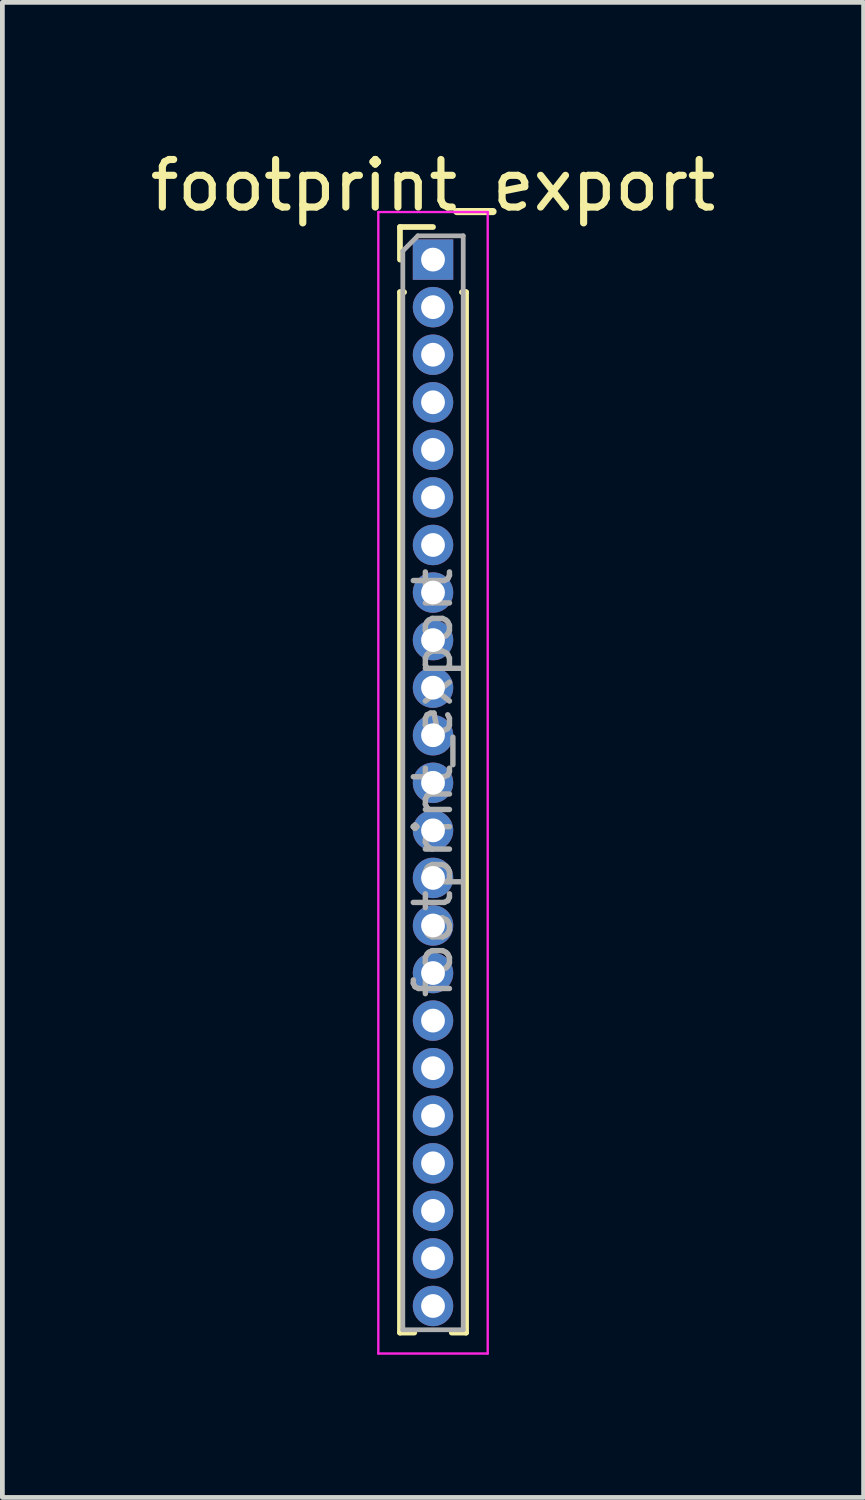
<source format=kicad_pcb>
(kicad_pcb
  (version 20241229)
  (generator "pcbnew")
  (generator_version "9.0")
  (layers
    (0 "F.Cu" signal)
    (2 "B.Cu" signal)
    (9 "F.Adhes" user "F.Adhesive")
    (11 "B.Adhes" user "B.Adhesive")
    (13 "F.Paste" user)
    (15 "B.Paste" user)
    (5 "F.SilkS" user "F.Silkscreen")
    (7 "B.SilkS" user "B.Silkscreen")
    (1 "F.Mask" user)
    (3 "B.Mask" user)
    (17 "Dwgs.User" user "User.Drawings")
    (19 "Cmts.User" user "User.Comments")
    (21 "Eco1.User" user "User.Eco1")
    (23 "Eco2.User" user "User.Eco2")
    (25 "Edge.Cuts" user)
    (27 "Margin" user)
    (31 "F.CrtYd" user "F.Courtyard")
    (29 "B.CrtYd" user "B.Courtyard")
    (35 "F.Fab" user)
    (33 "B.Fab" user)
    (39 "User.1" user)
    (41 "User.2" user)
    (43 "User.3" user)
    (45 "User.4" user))
  (footprint "footprint_export"
    (layer "F.Cu")
    (at 6.054 2.408)
    (property "Reference" "footprint_export" (at 0 -1.56 0) (layer "F.SilkS") (effects (font (size 1 1) (thickness 0.15))))
    (attr through_hole)
    (fp_line (start -0.695 -0.685) (end 0 -0.685) (stroke (width 0.12) (type solid)) (layer "F.SilkS"))
    (fp_line (start -0.695 0) (end -0.695 -0.685) (stroke (width 0.12) (type solid)) (layer "F.SilkS"))
    (fp_line (start -0.695 0.685) (end -0.695 22.56) (stroke (width 0.12) (type solid)) (layer "F.SilkS"))
    (fp_line (start -0.695 0.685) (end -0.608 0.685) (stroke (width 0.12) (type solid)) (layer "F.SilkS"))
    (fp_line (start -0.695 22.56) (end -0.394 22.56) (stroke (width 0.12) (type solid)) (layer "F.SilkS"))
    (fp_line (start 0.394 22.56) (end 0.695 22.56) (stroke (width 0.12) (type solid)) (layer "F.SilkS"))
    (fp_line (start 0.608 0.685) (end 0.695 0.685) (stroke (width 0.12) (type solid)) (layer "F.SilkS"))
    (fp_line (start 0.695 0.685) (end 0.695 22.56) (stroke (width 0.12) (type solid)) (layer "F.SilkS"))
    (fp_line (start -1.15 -1) (end -1.15 23) (stroke (width 0.05) (type solid)) (layer "F.CrtYd"))
    (fp_line (start -1.15 23) (end 1.15 23) (stroke (width 0.05) (type solid)) (layer "F.CrtYd"))
    (fp_line (start 1.15 -1) (end -1.15 -1) (stroke (width 0.05) (type solid)) (layer "F.CrtYd"))
    (fp_line (start 1.15 23) (end 1.15 -1) (stroke (width 0.05) (type solid)) (layer "F.CrtYd"))
    (fp_line (start -0.635 -0.182) (end -0.318 -0.5) (stroke (width 0.1) (type solid)) (layer "F.Fab"))
    (fp_line (start -0.635 22.5) (end -0.635 -0.182) (stroke (width 0.1) (type solid)) (layer "F.Fab"))
    (fp_line (start -0.318 -0.5) (end 0.635 -0.5) (stroke (width 0.1) (type solid)) (layer "F.Fab"))
    (fp_line (start 0.635 -0.5) (end 0.635 22.5) (stroke (width 0.1) (type solid)) (layer "F.Fab"))
    (fp_line (start 0.635 22.5) (end -0.635 22.5) (stroke (width 0.1) (type solid)) (layer "F.Fab"))
    (fp_text user "${REFERENCE}" (at 0 11 90) (layer "F.Fab") (effects (font (size 0.76 0.76) (thickness 0.114))))
    (pad "1" thru_hole rect (at 0 0) (size 0.85 0.85) (drill 0.5) (layers "*.Cu" "*.Mask"))
    (pad "2" thru_hole oval (at 0 1) (size 0.85 0.85) (drill 0.5) (layers "*.Cu" "*.Mask"))
    (pad "3" thru_hole oval (at 0 2) (size 0.85 0.85) (drill 0.5) (layers "*.Cu" "*.Mask"))
    (pad "4" thru_hole oval (at 0 3) (size 0.85 0.85) (drill 0.5) (layers "*.Cu" "*.Mask"))
    (pad "5" thru_hole oval (at 0 4) (size 0.85 0.85) (drill 0.5) (layers "*.Cu" "*.Mask"))
    (pad "6" thru_hole oval (at 0 5) (size 0.85 0.85) (drill 0.5) (layers "*.Cu" "*.Mask"))
    (pad "7" thru_hole oval (at 0 6) (size 0.85 0.85) (drill 0.5) (layers "*.Cu" "*.Mask"))
    (pad "8" thru_hole oval (at 0 7) (size 0.85 0.85) (drill 0.5) (layers "*.Cu" "*.Mask"))
    (pad "9" thru_hole oval (at 0 8) (size 0.85 0.85) (drill 0.5) (layers "*.Cu" "*.Mask"))
    (pad "10" thru_hole oval (at 0 9) (size 0.85 0.85) (drill 0.5) (layers "*.Cu" "*.Mask"))
    (pad "11" thru_hole oval (at 0 10) (size 0.85 0.85) (drill 0.5) (layers "*.Cu" "*.Mask"))
    (pad "12" thru_hole oval (at 0 11) (size 0.85 0.85) (drill 0.5) (layers "*.Cu" "*.Mask"))
    (pad "13" thru_hole oval (at 0 12) (size 0.85 0.85) (drill 0.5) (layers "*.Cu" "*.Mask"))
    (pad "14" thru_hole oval (at 0 13) (size 0.85 0.85) (drill 0.5) (layers "*.Cu" "*.Mask"))
    (pad "15" thru_hole oval (at 0 14) (size 0.85 0.85) (drill 0.5) (layers "*.Cu" "*.Mask"))
    (pad "16" thru_hole oval (at 0 15) (size 0.85 0.85) (drill 0.5) (layers "*.Cu" "*.Mask"))
    (pad "17" thru_hole oval (at 0 16) (size 0.85 0.85) (drill 0.5) (layers "*.Cu" "*.Mask"))
    (pad "18" thru_hole oval (at 0 17) (size 0.85 0.85) (drill 0.5) (layers "*.Cu" "*.Mask"))
    (pad "19" thru_hole oval (at 0 18) (size 0.85 0.85) (drill 0.5) (layers "*.Cu" "*.Mask"))
    (pad "20" thru_hole oval (at 0 19) (size 0.85 0.85) (drill 0.5) (layers "*.Cu" "*.Mask"))
    (pad "21" thru_hole oval (at 0 20) (size 0.85 0.85) (drill 0.5) (layers "*.Cu" "*.Mask"))
    (pad "22" thru_hole oval (at 0 21) (size 0.85 0.85) (drill 0.5) (layers "*.Cu" "*.Mask"))
    (pad "23" thru_hole oval (at 0 22) (size 0.85 0.85) (drill 0.5) (layers "*.Cu" "*.Mask")))
  (gr_rect
    (start -3 -3)
    (end 15.107 28.433)
    (stroke (width 0.1) (type default))
    (fill no)
    (layer "Edge.Cuts")))
</source>
